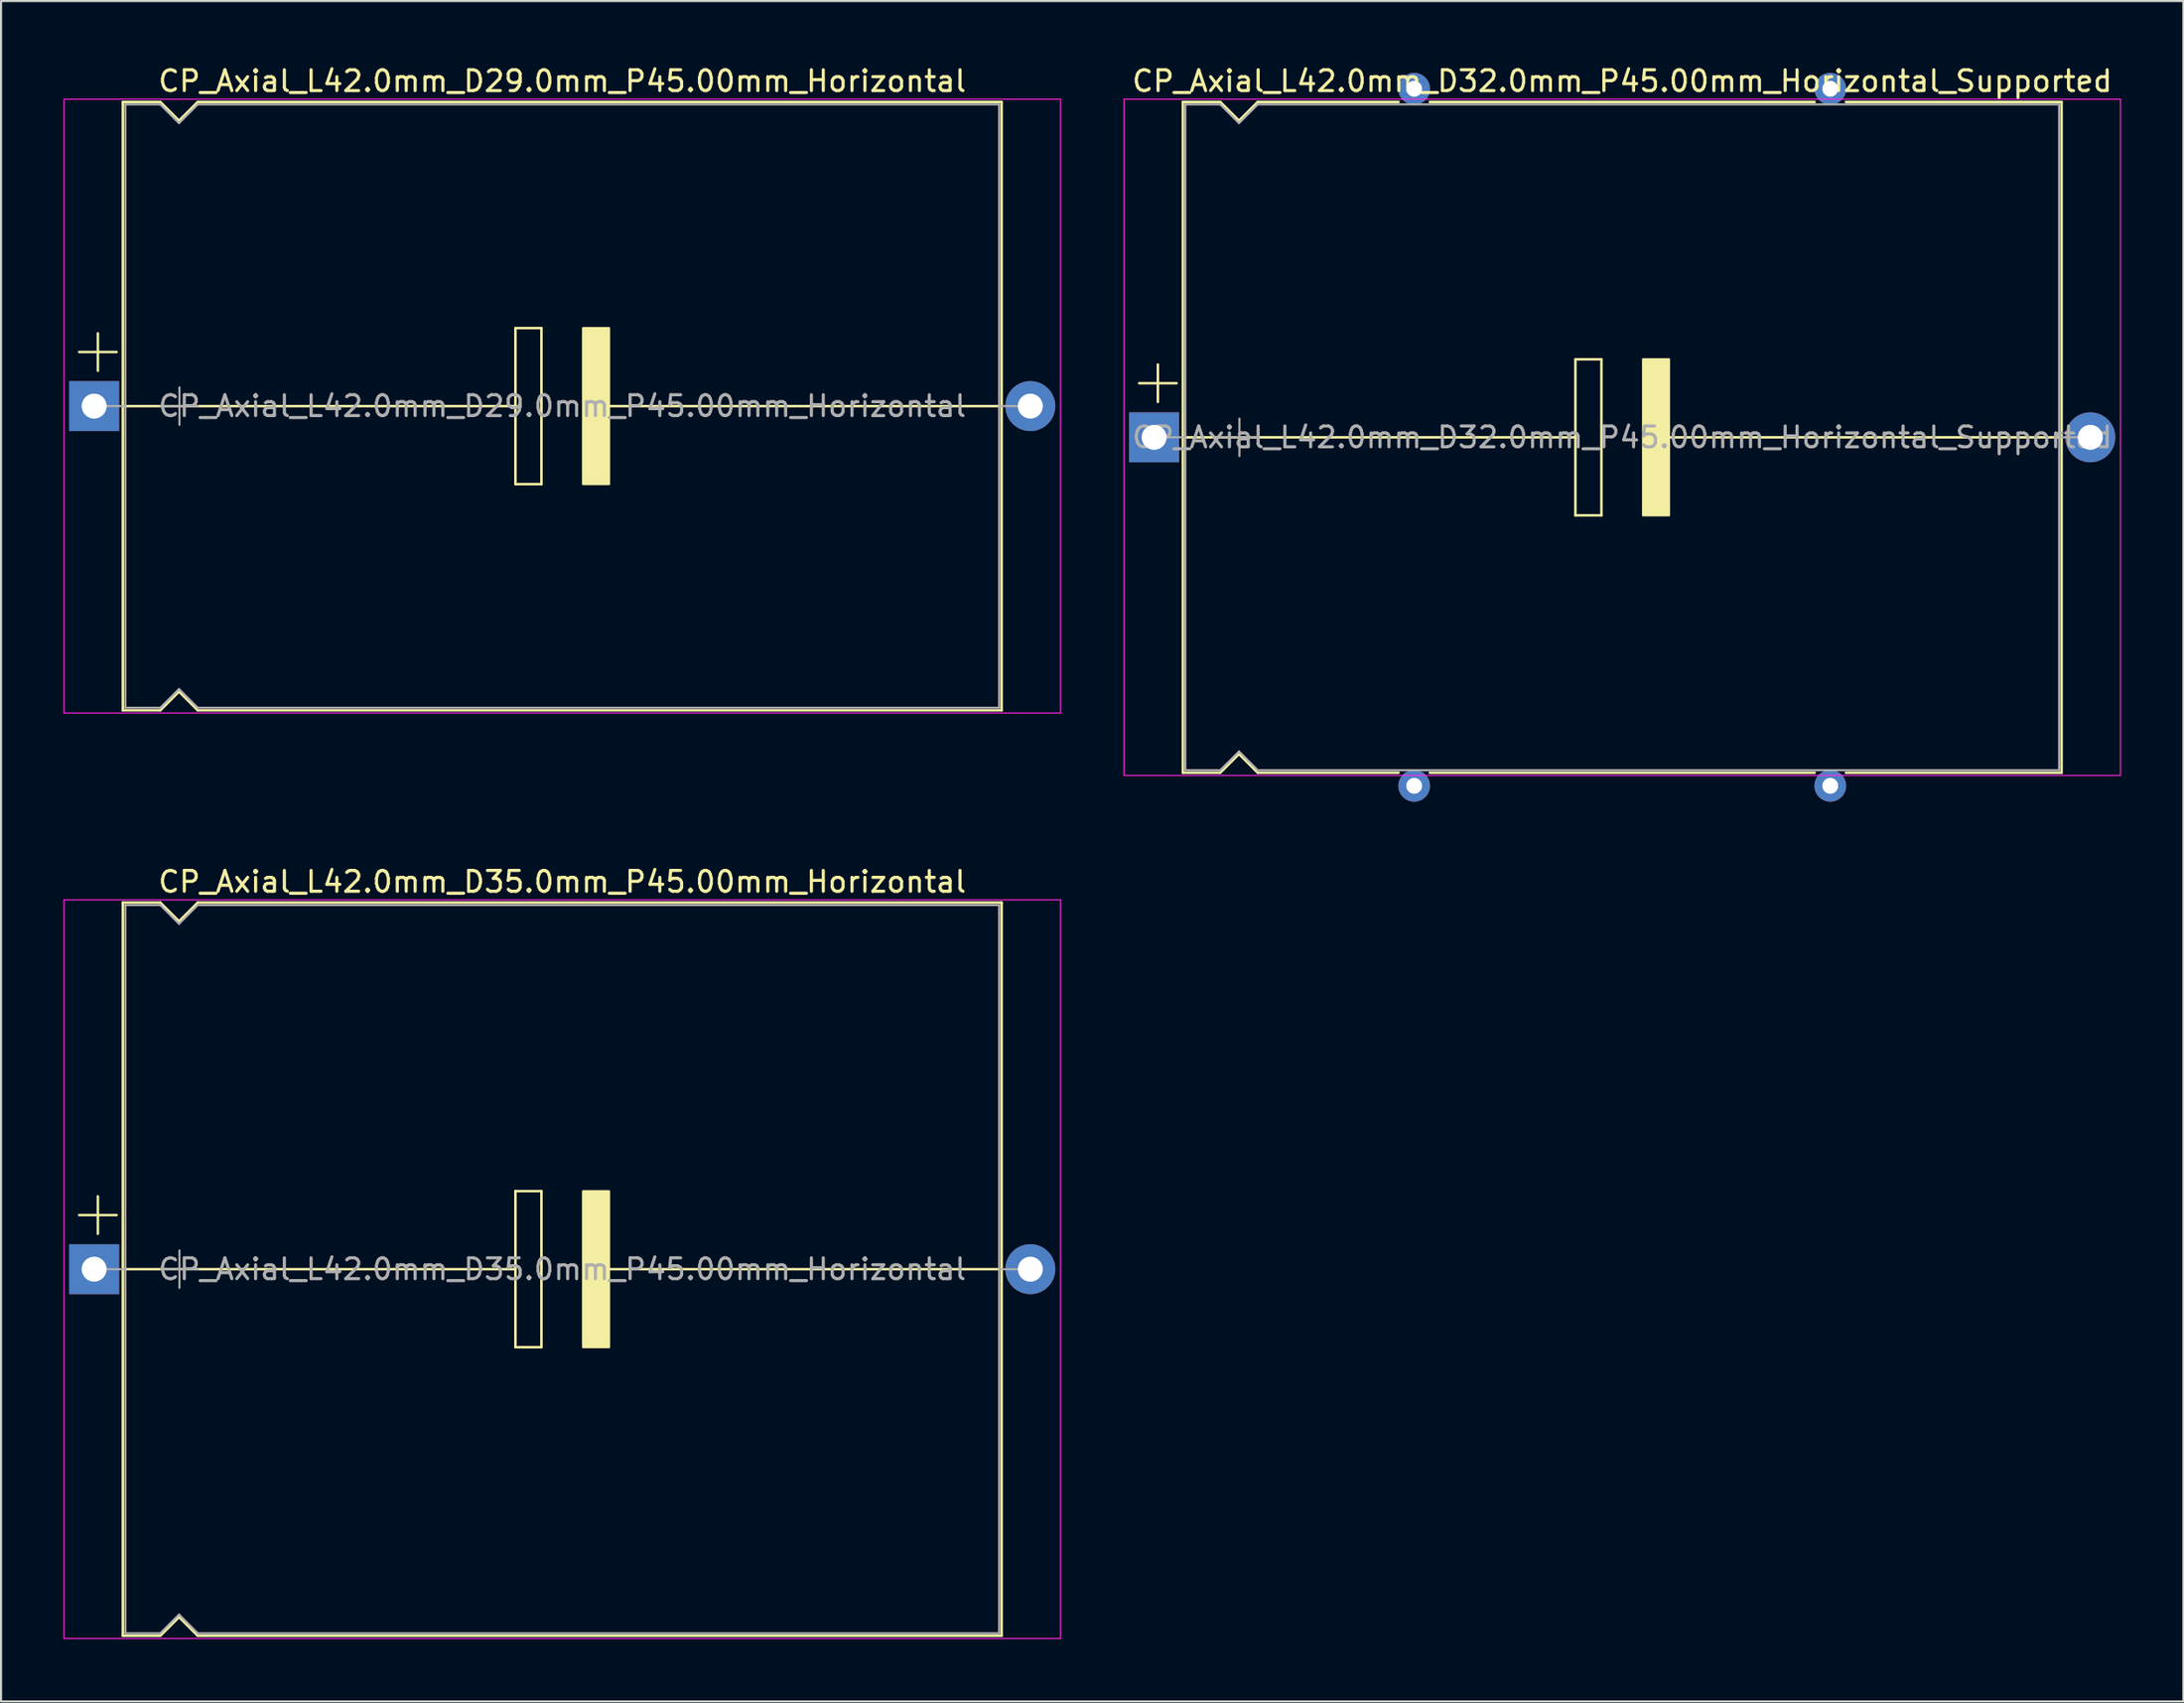
<source format=kicad_pcb>
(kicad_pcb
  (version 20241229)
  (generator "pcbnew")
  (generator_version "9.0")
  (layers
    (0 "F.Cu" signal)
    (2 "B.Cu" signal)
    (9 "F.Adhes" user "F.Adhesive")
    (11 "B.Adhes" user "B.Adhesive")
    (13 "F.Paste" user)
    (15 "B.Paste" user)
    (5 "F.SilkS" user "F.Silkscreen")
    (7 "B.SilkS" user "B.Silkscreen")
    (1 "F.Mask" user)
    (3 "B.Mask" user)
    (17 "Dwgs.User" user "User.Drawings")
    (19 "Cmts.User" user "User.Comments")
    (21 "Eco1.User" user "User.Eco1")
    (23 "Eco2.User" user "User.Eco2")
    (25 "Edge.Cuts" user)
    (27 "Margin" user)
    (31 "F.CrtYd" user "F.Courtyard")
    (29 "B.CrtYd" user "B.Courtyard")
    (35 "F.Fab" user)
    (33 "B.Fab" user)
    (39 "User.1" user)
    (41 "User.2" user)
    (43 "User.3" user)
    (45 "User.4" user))
  (footprint "CP_Axial_L42.0mm_D29.0mm_P45.00mm_Horizontal"
    (layer "F.Cu")
    (at 1.475 16.468)
    (property "Reference" "CP_Axial_L42.0mm_D29.0mm_P45.00mm_Horizontal" (at 22.5 -15.62 0) (layer "F.SilkS") (effects (font (size 1 1) (thickness 0.15))))
    (attr through_hole)
    (fp_line (start -0.72 -2.6) (end 1.08 -2.6) (stroke (width 0.12) (type solid)) (layer "F.SilkS"))
    (fp_line (start 0.18 -3.5) (end 0.18 -1.7) (stroke (width 0.12) (type solid)) (layer "F.SilkS"))
    (fp_line (start 1.38 -14.62) (end 1.38 14.62) (stroke (width 0.12) (type solid)) (layer "F.SilkS"))
    (fp_line (start 1.38 -14.62) (end 3.18 -14.62) (stroke (width 0.12) (type solid)) (layer "F.SilkS"))
    (fp_line (start 1.38 14.62) (end 3.18 14.62) (stroke (width 0.12) (type solid)) (layer "F.SilkS"))
    (fp_line (start 1.397 0) (end 20.25 0) (stroke (width 0.12) (type solid)) (layer "F.SilkS"))
    (fp_line (start 3.18 -14.62) (end 4.08 -13.72) (stroke (width 0.12) (type solid)) (layer "F.SilkS"))
    (fp_line (start 3.18 14.62) (end 4.08 13.72) (stroke (width 0.12) (type solid)) (layer "F.SilkS"))
    (fp_line (start 4.08 -13.72) (end 4.98 -14.62) (stroke (width 0.12) (type solid)) (layer "F.SilkS"))
    (fp_line (start 4.08 13.72) (end 4.98 14.62) (stroke (width 0.12) (type solid)) (layer "F.SilkS"))
    (fp_line (start 4.98 -14.62) (end 43.62 -14.62) (stroke (width 0.12) (type solid)) (layer "F.SilkS"))
    (fp_line (start 4.98 14.62) (end 43.62 14.62) (stroke (width 0.12) (type solid)) (layer "F.SilkS"))
    (fp_line (start 20.25 -3.75) (end 21.5 -3.75) (stroke (width 0.12) (type solid)) (layer "F.SilkS"))
    (fp_line (start 20.25 0) (end 20.25 -3.75) (stroke (width 0.12) (type solid)) (layer "F.SilkS"))
    (fp_line (start 20.25 3.75) (end 20.25 0) (stroke (width 0.12) (type solid)) (layer "F.SilkS"))
    (fp_line (start 21.5 -3.75) (end 21.5 3.75) (stroke (width 0.12) (type solid)) (layer "F.SilkS"))
    (fp_line (start 21.5 3.75) (end 20.25 3.75) (stroke (width 0.12) (type solid)) (layer "F.SilkS"))
    (fp_line (start 24.75 0) (end 43.561 0) (stroke (width 0.12) (type solid)) (layer "F.SilkS"))
    (fp_line (start 43.62 -14.62) (end 43.62 14.62) (stroke (width 0.12) (type solid)) (layer "F.SilkS"))
    (fp_poly (pts (xy 24.75 3.75) (xy 23.5 3.75) (xy 23.5 -3.75) (xy 24.75 -3.75)) (stroke (width 0.1) (type solid)) (fill yes) (layer "F.SilkS"))
    (fp_line (start -1.45 -14.75) (end -1.45 14.75) (stroke (width 0.05) (type solid)) (layer "F.CrtYd"))
    (fp_line (start -1.45 14.75) (end 46.45 14.75) (stroke (width 0.05) (type solid)) (layer "F.CrtYd"))
    (fp_line (start 46.45 -14.75) (end -1.45 -14.75) (stroke (width 0.05) (type solid)) (layer "F.CrtYd"))
    (fp_line (start 46.45 14.75) (end 46.45 -14.75) (stroke (width 0.05) (type solid)) (layer "F.CrtYd"))
    (fp_line (start 0 0) (end 1.5 0) (stroke (width 0.1) (type solid)) (layer "F.Fab"))
    (fp_line (start 1.5 -14.5) (end 1.5 14.5) (stroke (width 0.1) (type solid)) (layer "F.Fab"))
    (fp_line (start 1.5 -14.5) (end 3.18 -14.5) (stroke (width 0.1) (type solid)) (layer "F.Fab"))
    (fp_line (start 1.5 14.5) (end 3.18 14.5) (stroke (width 0.1) (type solid)) (layer "F.Fab"))
    (fp_line (start 3.18 -14.5) (end 4.08 -13.6) (stroke (width 0.1) (type solid)) (layer "F.Fab"))
    (fp_line (start 3.18 14.5) (end 4.08 13.6) (stroke (width 0.1) (type solid)) (layer "F.Fab"))
    (fp_line (start 3.2 0) (end 5 0) (stroke (width 0.1) (type solid)) (layer "F.Fab"))
    (fp_line (start 4.08 -13.6) (end 4.98 -14.5) (stroke (width 0.1) (type solid)) (layer "F.Fab"))
    (fp_line (start 4.08 13.6) (end 4.98 14.5) (stroke (width 0.1) (type solid)) (layer "F.Fab"))
    (fp_line (start 4.1 -0.9) (end 4.1 0.9) (stroke (width 0.1) (type solid)) (layer "F.Fab"))
    (fp_line (start 4.98 -14.5) (end 43.5 -14.5) (stroke (width 0.1) (type solid)) (layer "F.Fab"))
    (fp_line (start 4.98 14.5) (end 43.5 14.5) (stroke (width 0.1) (type solid)) (layer "F.Fab"))
    (fp_line (start 43.5 -14.5) (end 43.5 14.5) (stroke (width 0.1) (type solid)) (layer "F.Fab"))
    (fp_line (start 45 0) (end 43.5 0) (stroke (width 0.1) (type solid)) (layer "F.Fab"))
    (fp_text user "${REFERENCE}" (at 22.5 0 0) (layer "F.Fab") (effects (font (size 1 1) (thickness 0.15))))
    (pad "1" thru_hole rect (at 0 0) (size 2.4 2.4) (drill 1.2) (layers "*.Cu" "*.Mask"))
    (pad "2" thru_hole oval (at 45 0) (size 2.4 2.4) (drill 1.2) (layers "*.Cu" "*.Mask")))
  (footprint "CP_Axial_L42.0mm_D32.0mm_P45.00mm_Horizontal_Supported"
    (layer "F.Cu")
    (at 52.425 17.968)
    (property "Reference" "CP_Axial_L42.0mm_D32.0mm_P45.00mm_Horizontal_Supported" (at 22.5 -17.12 0) (layer "F.SilkS") (effects (font (size 1 1) (thickness 0.15))))
    (attr through_hole)
    (fp_line (start -0.72 -2.6) (end 1.08 -2.6) (stroke (width 0.12) (type solid)) (layer "F.SilkS"))
    (fp_line (start 0.18 -3.5) (end 0.18 -1.7) (stroke (width 0.12) (type solid)) (layer "F.SilkS"))
    (fp_line (start 1.38 -16.12) (end 1.38 16.12) (stroke (width 0.12) (type solid)) (layer "F.SilkS"))
    (fp_line (start 1.38 -16.12) (end 3.18 -16.12) (stroke (width 0.12) (type solid)) (layer "F.SilkS"))
    (fp_line (start 1.38 16.12) (end 3.18 16.12) (stroke (width 0.12) (type solid)) (layer "F.SilkS"))
    (fp_line (start 1.397 0) (end 20.25 0) (stroke (width 0.12) (type solid)) (layer "F.SilkS"))
    (fp_line (start 3.18 -16.12) (end 4.08 -15.22) (stroke (width 0.12) (type solid)) (layer "F.SilkS"))
    (fp_line (start 3.18 16.12) (end 4.08 15.22) (stroke (width 0.12) (type solid)) (layer "F.SilkS"))
    (fp_line (start 4.08 -15.22) (end 4.98 -16.12) (stroke (width 0.12) (type solid)) (layer "F.SilkS"))
    (fp_line (start 4.08 15.22) (end 4.98 16.12) (stroke (width 0.12) (type solid)) (layer "F.SilkS"))
    (fp_line (start 4.98 -16.12) (end 11.75 -16.12) (stroke (width 0.12) (type solid)) (layer "F.SilkS"))
    (fp_line (start 4.98 16.12) (end 11.75 16.12) (stroke (width 0.12) (type solid)) (layer "F.SilkS"))
    (fp_line (start 13.25 -16.12) (end 31.75 -16.12) (stroke (width 0.12) (type solid)) (layer "F.SilkS"))
    (fp_line (start 13.25 16.12) (end 31.75 16.12) (stroke (width 0.12) (type solid)) (layer "F.SilkS"))
    (fp_line (start 20.25 -3.75) (end 21.5 -3.75) (stroke (width 0.12) (type solid)) (layer "F.SilkS"))
    (fp_line (start 20.25 0) (end 20.25 -3.75) (stroke (width 0.12) (type solid)) (layer "F.SilkS"))
    (fp_line (start 20.25 3.75) (end 20.25 0) (stroke (width 0.12) (type solid)) (layer "F.SilkS"))
    (fp_line (start 21.5 -3.75) (end 21.5 3.75) (stroke (width 0.12) (type solid)) (layer "F.SilkS"))
    (fp_line (start 21.5 3.75) (end 20.25 3.75) (stroke (width 0.12) (type solid)) (layer "F.SilkS"))
    (fp_line (start 24.75 0) (end 43.561 0) (stroke (width 0.12) (type solid)) (layer "F.SilkS"))
    (fp_line (start 33.25 -16.12) (end 43.62 -16.12) (stroke (width 0.12) (type solid)) (layer "F.SilkS"))
    (fp_line (start 33.25 16.12) (end 43.62 16.12) (stroke (width 0.12) (type solid)) (layer "F.SilkS"))
    (fp_line (start 43.62 -16.12) (end 43.62 16.12) (stroke (width 0.12) (type solid)) (layer "F.SilkS"))
    (fp_poly (pts (xy 24.75 3.75) (xy 23.5 3.75) (xy 23.5 -3.75) (xy 24.75 -3.75)) (stroke (width 0.1) (type solid)) (fill yes) (layer "F.SilkS"))
    (fp_line (start -1.45 -16.25) (end -1.45 16.25) (stroke (width 0.05) (type solid)) (layer "F.CrtYd"))
    (fp_line (start -1.45 16.25) (end 46.45 16.25) (stroke (width 0.05) (type solid)) (layer "F.CrtYd"))
    (fp_line (start 46.45 -16.25) (end -1.45 -16.25) (stroke (width 0.05) (type solid)) (layer "F.CrtYd"))
    (fp_line (start 46.45 16.25) (end 46.45 -16.25) (stroke (width 0.05) (type solid)) (layer "F.CrtYd"))
    (fp_line (start 0 0) (end 1.5 0) (stroke (width 0.1) (type solid)) (layer "F.Fab"))
    (fp_line (start 1.5 -16) (end 1.5 16) (stroke (width 0.1) (type solid)) (layer "F.Fab"))
    (fp_line (start 1.5 -16) (end 3.18 -16) (stroke (width 0.1) (type solid)) (layer "F.Fab"))
    (fp_line (start 1.5 16) (end 3.18 16) (stroke (width 0.1) (type solid)) (layer "F.Fab"))
    (fp_line (start 3.18 -16) (end 4.08 -15.1) (stroke (width 0.1) (type solid)) (layer "F.Fab"))
    (fp_line (start 3.18 16) (end 4.08 15.1) (stroke (width 0.1) (type solid)) (layer "F.Fab"))
    (fp_line (start 3.2 0) (end 5 0) (stroke (width 0.1) (type solid)) (layer "F.Fab"))
    (fp_line (start 4.08 -15.1) (end 4.98 -16) (stroke (width 0.1) (type solid)) (layer "F.Fab"))
    (fp_line (start 4.08 15.1) (end 4.98 16) (stroke (width 0.1) (type solid)) (layer "F.Fab"))
    (fp_line (start 4.1 -0.9) (end 4.1 0.9) (stroke (width 0.1) (type solid)) (layer "F.Fab"))
    (fp_line (start 4.98 -16) (end 43.5 -16) (stroke (width 0.1) (type solid)) (layer "F.Fab"))
    (fp_line (start 4.98 16) (end 43.5 16) (stroke (width 0.1) (type solid)) (layer "F.Fab"))
    (fp_line (start 43.5 -16) (end 43.5 16) (stroke (width 0.1) (type solid)) (layer "F.Fab"))
    (fp_line (start 45 0) (end 43.5 0) (stroke (width 0.1) (type solid)) (layer "F.Fab"))
    (fp_text user "${REFERENCE}" (at 22.5 0 0) (layer "F.Fab") (effects (font (size 1 1) (thickness 0.15))))
    (pad "" thru_hole circle (at 12.5 -16.75) (size 1.524 1.524) (drill 0.762) (layers "*.Cu" "*.Mask"))
    (pad "" thru_hole circle (at 12.5 16.75) (size 1.524 1.524) (drill 0.762) (layers "*.Cu" "*.Mask"))
    (pad "" thru_hole circle (at 32.5 -16.75) (size 1.524 1.524) (drill 0.762) (layers "*.Cu" "*.Mask"))
    (pad "" thru_hole circle (at 32.5 16.75) (size 1.524 1.524) (drill 0.762) (layers "*.Cu" "*.Mask"))
    (pad "1" thru_hole rect (at 0 0) (size 2.4 2.4) (drill 1.2) (layers "*.Cu" "*.Mask"))
    (pad "2" thru_hole oval (at 45 0) (size 2.4 2.4) (drill 1.2) (layers "*.Cu" "*.Mask")))
  (footprint "CP_Axial_L42.0mm_D35.0mm_P45.00mm_Horizontal"
    (layer "F.Cu")
    (at 1.475 57.949)
    (property "Reference" "CP_Axial_L42.0mm_D35.0mm_P45.00mm_Horizontal" (at 22.5 -18.62 0) (layer "F.SilkS") (effects (font (size 1 1) (thickness 0.15))))
    (attr through_hole)
    (fp_line (start -0.72 -2.6) (end 1.08 -2.6) (stroke (width 0.12) (type solid)) (layer "F.SilkS"))
    (fp_line (start 0.18 -3.5) (end 0.18 -1.7) (stroke (width 0.12) (type solid)) (layer "F.SilkS"))
    (fp_line (start 1.38 -17.62) (end 1.38 17.62) (stroke (width 0.12) (type solid)) (layer "F.SilkS"))
    (fp_line (start 1.38 -17.62) (end 3.18 -17.62) (stroke (width 0.12) (type solid)) (layer "F.SilkS"))
    (fp_line (start 1.38 17.62) (end 3.18 17.62) (stroke (width 0.12) (type solid)) (layer "F.SilkS"))
    (fp_line (start 1.397 0) (end 20.25 0) (stroke (width 0.12) (type solid)) (layer "F.SilkS"))
    (fp_line (start 3.18 -17.62) (end 4.08 -16.72) (stroke (width 0.12) (type solid)) (layer "F.SilkS"))
    (fp_line (start 3.18 17.62) (end 4.08 16.72) (stroke (width 0.12) (type solid)) (layer "F.SilkS"))
    (fp_line (start 4.08 -16.72) (end 4.98 -17.62) (stroke (width 0.12) (type solid)) (layer "F.SilkS"))
    (fp_line (start 4.08 16.72) (end 4.98 17.62) (stroke (width 0.12) (type solid)) (layer "F.SilkS"))
    (fp_line (start 4.98 -17.62) (end 43.62 -17.62) (stroke (width 0.12) (type solid)) (layer "F.SilkS"))
    (fp_line (start 4.98 17.62) (end 43.62 17.62) (stroke (width 0.12) (type solid)) (layer "F.SilkS"))
    (fp_line (start 20.25 -3.75) (end 21.5 -3.75) (stroke (width 0.12) (type solid)) (layer "F.SilkS"))
    (fp_line (start 20.25 0) (end 20.25 -3.75) (stroke (width 0.12) (type solid)) (layer "F.SilkS"))
    (fp_line (start 20.25 3.75) (end 20.25 0) (stroke (width 0.12) (type solid)) (layer "F.SilkS"))
    (fp_line (start 21.5 -3.75) (end 21.5 3.75) (stroke (width 0.12) (type solid)) (layer "F.SilkS"))
    (fp_line (start 21.5 3.75) (end 20.25 3.75) (stroke (width 0.12) (type solid)) (layer "F.SilkS"))
    (fp_line (start 24.75 0) (end 43.561 0) (stroke (width 0.12) (type solid)) (layer "F.SilkS"))
    (fp_line (start 43.62 -17.62) (end 43.62 17.62) (stroke (width 0.12) (type solid)) (layer "F.SilkS"))
    (fp_poly (pts (xy 24.75 3.75) (xy 23.5 3.75) (xy 23.5 -3.75) (xy 24.75 -3.75)) (stroke (width 0.1) (type solid)) (fill yes) (layer "F.SilkS"))
    (fp_line (start -1.45 -17.75) (end -1.45 17.75) (stroke (width 0.05) (type solid)) (layer "F.CrtYd"))
    (fp_line (start -1.45 17.75) (end 46.45 17.75) (stroke (width 0.05) (type solid)) (layer "F.CrtYd"))
    (fp_line (start 46.45 -17.75) (end -1.45 -17.75) (stroke (width 0.05) (type solid)) (layer "F.CrtYd"))
    (fp_line (start 46.45 17.75) (end 46.45 -17.75) (stroke (width 0.05) (type solid)) (layer "F.CrtYd"))
    (fp_line (start 0 0) (end 1.5 0) (stroke (width 0.1) (type solid)) (layer "F.Fab"))
    (fp_line (start 1.5 -17.5) (end 1.5 17.5) (stroke (width 0.1) (type solid)) (layer "F.Fab"))
    (fp_line (start 1.5 -17.5) (end 3.18 -17.5) (stroke (width 0.1) (type solid)) (layer "F.Fab"))
    (fp_line (start 1.5 17.5) (end 3.18 17.5) (stroke (width 0.1) (type solid)) (layer "F.Fab"))
    (fp_line (start 3.18 -17.5) (end 4.08 -16.6) (stroke (width 0.1) (type solid)) (layer "F.Fab"))
    (fp_line (start 3.18 17.5) (end 4.08 16.6) (stroke (width 0.1) (type solid)) (layer "F.Fab"))
    (fp_line (start 3.2 0) (end 5 0) (stroke (width 0.1) (type solid)) (layer "F.Fab"))
    (fp_line (start 4.08 -16.6) (end 4.98 -17.5) (stroke (width 0.1) (type solid)) (layer "F.Fab"))
    (fp_line (start 4.08 16.6) (end 4.98 17.5) (stroke (width 0.1) (type solid)) (layer "F.Fab"))
    (fp_line (start 4.1 -0.9) (end 4.1 0.9) (stroke (width 0.1) (type solid)) (layer "F.Fab"))
    (fp_line (start 4.98 -17.5) (end 43.5 -17.5) (stroke (width 0.1) (type solid)) (layer "F.Fab"))
    (fp_line (start 4.98 17.5) (end 43.5 17.5) (stroke (width 0.1) (type solid)) (layer "F.Fab"))
    (fp_line (start 43.5 -17.5) (end 43.5 17.5) (stroke (width 0.1) (type solid)) (layer "F.Fab"))
    (fp_line (start 45 0) (end 43.5 0) (stroke (width 0.1) (type solid)) (layer "F.Fab"))
    (fp_text user "${REFERENCE}" (at 22.5 0 0) (layer "F.Fab") (effects (font (size 1 1) (thickness 0.15))))
    (pad "1" thru_hole rect (at 0 0) (size 2.4 2.4) (drill 1.2) (layers "*.Cu" "*.Mask"))
    (pad "2" thru_hole oval (at 45 0) (size 2.4 2.4) (drill 1.2) (layers "*.Cu" "*.Mask")))
  (gr_rect
    (start -3 -3)
    (end 101.9 78.724)
    (stroke (width 0.1) (type default))
    (fill no)
    (layer "Edge.Cuts")))
</source>
